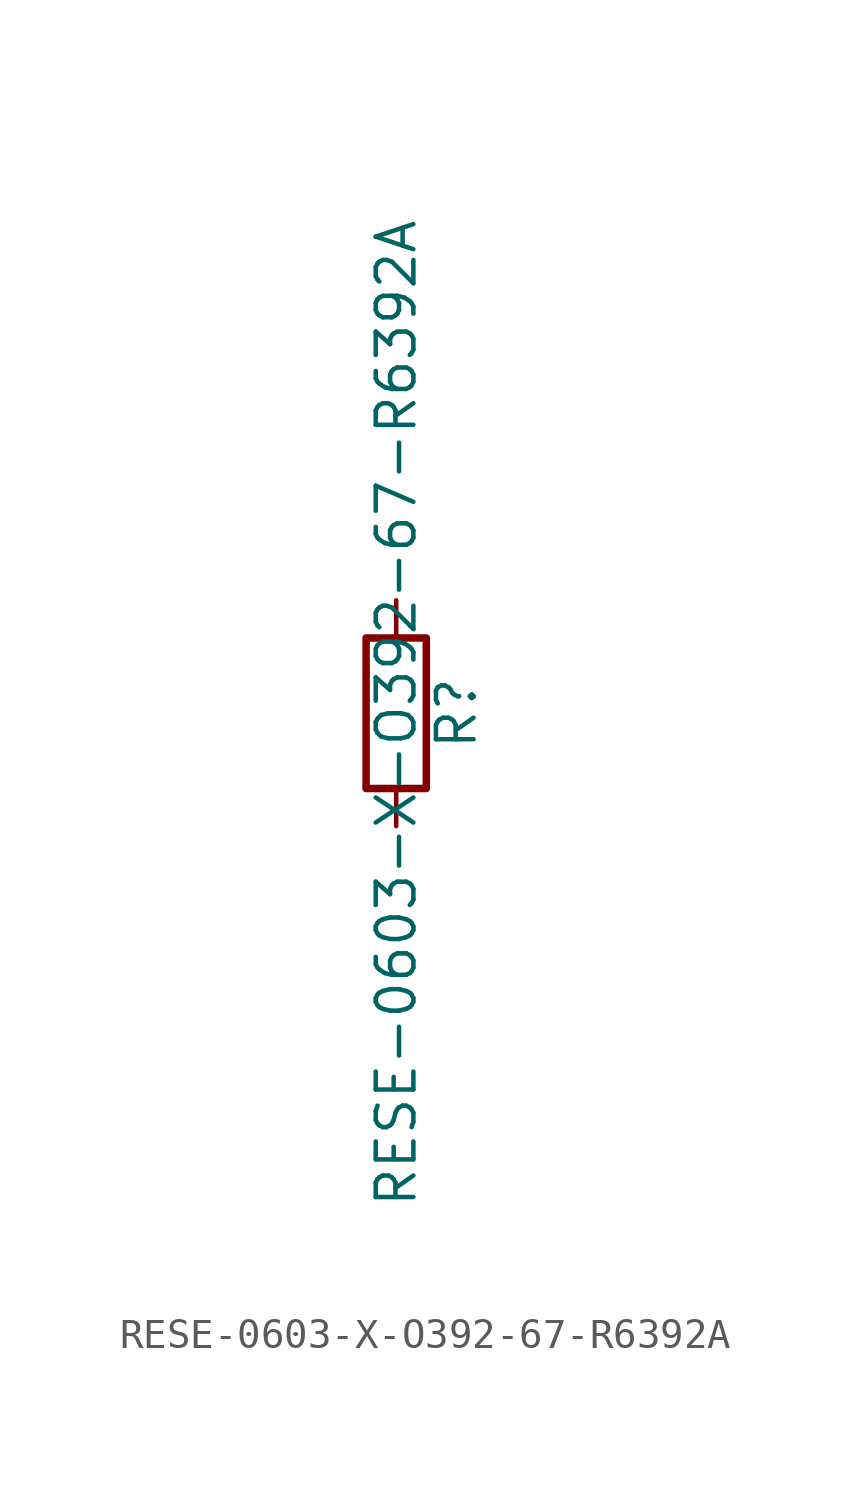
<source format=kicad_sym>
(kicad_symbol_lib
  (version 20211014)
  (generator kicad_symbol_editor)
  (symbol "RESE-0603-X-O392-67-R6392A"
    (pin_numbers hide)
    (pin_names
      (offset 0))
    (property "Reference" "R"
      (at 2.032 0 90)
      (effects (font (size 1.27 1.27))))
    (property "Value" "RESE-0603-X-O392-67-R6392A"
      (at 0 0 90)
      (effects (font (size 1.27 1.27))))
    (symbol "RESE-0603-X-O392-67-R6392A_0_1"
      (rectangle (start -1.016 -2.54) (end 1.016 2.54) (stroke (width 0.254) (type default) (color 0 0 0 0)) (fill (type none))))
    (symbol "RESE-0603-X-O392-67-R6392A_1_1"
      (pin passive line (at 0 3.81 270) (length 1.27) (name "~" (effects (font (size 1.27 1.27)))) (number "1" (effects (font (size 1.27 1.27)))))
      (pin passive line (at 0 -3.81 90) (length 1.27) (name "~" (effects (font (size 1.27 1.27)))) (number "2" (effects (font (size 1.27 1.27))))))))
</source>
